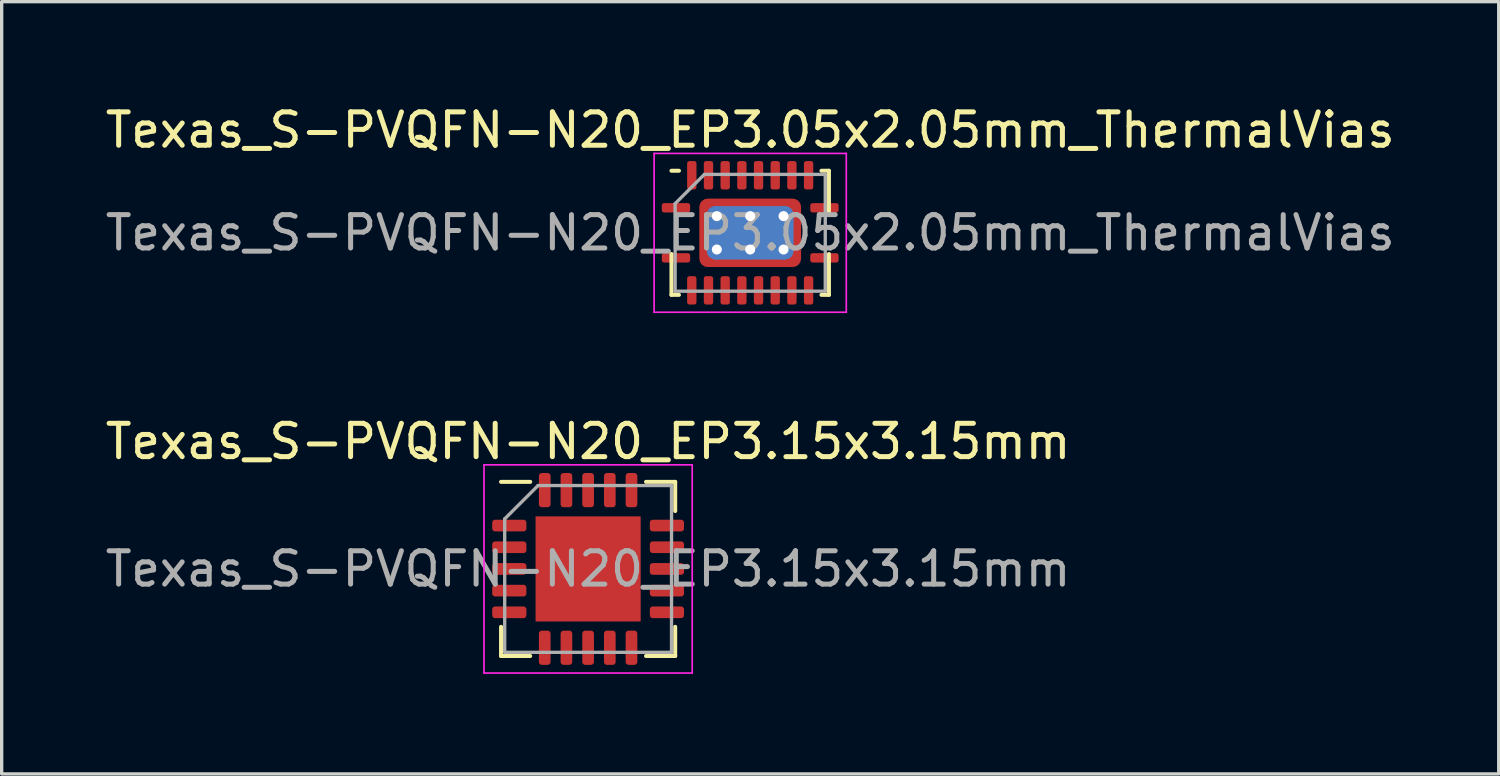
<source format=kicad_pcb>
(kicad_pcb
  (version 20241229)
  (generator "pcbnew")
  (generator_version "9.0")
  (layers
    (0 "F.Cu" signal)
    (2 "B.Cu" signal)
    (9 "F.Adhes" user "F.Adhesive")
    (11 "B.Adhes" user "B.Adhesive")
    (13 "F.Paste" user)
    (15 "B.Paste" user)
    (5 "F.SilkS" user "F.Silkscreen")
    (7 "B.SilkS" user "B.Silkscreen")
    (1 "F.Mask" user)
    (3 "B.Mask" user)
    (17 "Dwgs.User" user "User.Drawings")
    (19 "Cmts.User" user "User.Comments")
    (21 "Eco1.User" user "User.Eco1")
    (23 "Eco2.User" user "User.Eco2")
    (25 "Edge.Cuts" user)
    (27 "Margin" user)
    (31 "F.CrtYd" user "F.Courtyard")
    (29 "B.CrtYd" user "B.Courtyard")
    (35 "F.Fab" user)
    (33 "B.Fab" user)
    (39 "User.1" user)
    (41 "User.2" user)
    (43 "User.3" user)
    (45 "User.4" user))
  (footprint "Texas_S-PVQFN-N20_EP3.15x3.15mm"
    (layer "F.Cu")
    (at 14.577 14.002)
    (property "Reference" "Texas_S-PVQFN-N20_EP3.15x3.15mm" (at 0 -3.82 0) (layer "F.SilkS") (effects (font (size 1 1) (thickness 0.15))))
    (attr smd)
    (fp_line (start -2.61 2.61) (end -2.61 1.735) (stroke (width 0.12) (type solid)) (layer "F.SilkS"))
    (fp_line (start -1.735 -2.61) (end -2.61 -2.61) (stroke (width 0.12) (type solid)) (layer "F.SilkS"))
    (fp_line (start -1.735 2.61) (end -2.61 2.61) (stroke (width 0.12) (type solid)) (layer "F.SilkS"))
    (fp_line (start 1.735 -2.61) (end 2.61 -2.61) (stroke (width 0.12) (type solid)) (layer "F.SilkS"))
    (fp_line (start 1.735 2.61) (end 2.61 2.61) (stroke (width 0.12) (type solid)) (layer "F.SilkS"))
    (fp_line (start 2.61 -2.61) (end 2.61 -1.735) (stroke (width 0.12) (type solid)) (layer "F.SilkS"))
    (fp_line (start 2.61 2.61) (end 2.61 1.735) (stroke (width 0.12) (type solid)) (layer "F.SilkS"))
    (fp_line (start -3.12 -3.12) (end -3.12 3.12) (stroke (width 0.05) (type solid)) (layer "F.CrtYd"))
    (fp_line (start -3.12 3.12) (end 3.12 3.12) (stroke (width 0.05) (type solid)) (layer "F.CrtYd"))
    (fp_line (start 3.12 -3.12) (end -3.12 -3.12) (stroke (width 0.05) (type solid)) (layer "F.CrtYd"))
    (fp_line (start 3.12 3.12) (end 3.12 -3.12) (stroke (width 0.05) (type solid)) (layer "F.CrtYd"))
    (fp_line (start -2.5 -1.5) (end -1.5 -2.5) (stroke (width 0.1) (type solid)) (layer "F.Fab"))
    (fp_line (start -2.5 2.5) (end -2.5 -1.5) (stroke (width 0.1) (type solid)) (layer "F.Fab"))
    (fp_line (start -1.5 -2.5) (end 2.5 -2.5) (stroke (width 0.1) (type solid)) (layer "F.Fab"))
    (fp_line (start 2.5 -2.5) (end 2.5 2.5) (stroke (width 0.1) (type solid)) (layer "F.Fab"))
    (fp_line (start 2.5 2.5) (end -2.5 2.5) (stroke (width 0.1) (type solid)) (layer "F.Fab"))
    (fp_text user "${REFERENCE}" (at 0 0 0) (layer "F.Fab") (effects (font (size 1 1) (thickness 0.15))))
    (pad "" smd roundrect (at -0.79 -0.79) (size 1.27 1.27) (layers "F.Paste") (roundrect_rratio 0.197))
    (pad "" smd roundrect (at -0.79 0.79) (size 1.27 1.27) (layers "F.Paste") (roundrect_rratio 0.197))
    (pad "" smd roundrect (at 0.79 -0.79) (size 1.27 1.27) (layers "F.Paste") (roundrect_rratio 0.197))
    (pad "" smd roundrect (at 0.79 0.79) (size 1.27 1.27) (layers "F.Paste") (roundrect_rratio 0.197))
    (pad "1" smd roundrect (at -2.362 -1.3) (size 1.025 0.35) (layers "F.Cu" "F.Mask" "F.Paste") (roundrect_rratio 0.25))
    (pad "2" smd roundrect (at -2.362 -0.65) (size 1.025 0.35) (layers "F.Cu" "F.Mask" "F.Paste") (roundrect_rratio 0.25))
    (pad "3" smd roundrect (at -2.362 0) (size 1.025 0.35) (layers "F.Cu" "F.Mask" "F.Paste") (roundrect_rratio 0.25))
    (pad "4" smd roundrect (at -2.362 0.65) (size 1.025 0.35) (layers "F.Cu" "F.Mask" "F.Paste") (roundrect_rratio 0.25))
    (pad "5" smd roundrect (at -2.362 1.3) (size 1.025 0.35) (layers "F.Cu" "F.Mask" "F.Paste") (roundrect_rratio 0.25))
    (pad "6" smd roundrect (at -1.3 2.362) (size 0.35 1.025) (layers "F.Cu" "F.Mask" "F.Paste") (roundrect_rratio 0.25))
    (pad "7" smd roundrect (at -0.65 2.362) (size 0.35 1.025) (layers "F.Cu" "F.Mask" "F.Paste") (roundrect_rratio 0.25))
    (pad "8" smd roundrect (at 0 2.362) (size 0.35 1.025) (layers "F.Cu" "F.Mask" "F.Paste") (roundrect_rratio 0.25))
    (pad "9" smd roundrect (at 0.65 2.362) (size 0.35 1.025) (layers "F.Cu" "F.Mask" "F.Paste") (roundrect_rratio 0.25))
    (pad "10" smd roundrect (at 1.3 2.362) (size 0.35 1.025) (layers "F.Cu" "F.Mask" "F.Paste") (roundrect_rratio 0.25))
    (pad "11" smd roundrect (at 2.362 1.3) (size 1.025 0.35) (layers "F.Cu" "F.Mask" "F.Paste") (roundrect_rratio 0.25))
    (pad "12" smd roundrect (at 2.362 0.65) (size 1.025 0.35) (layers "F.Cu" "F.Mask" "F.Paste") (roundrect_rratio 0.25))
    (pad "13" smd roundrect (at 2.362 0) (size 1.025 0.35) (layers "F.Cu" "F.Mask" "F.Paste") (roundrect_rratio 0.25))
    (pad "14" smd roundrect (at 2.362 -0.65) (size 1.025 0.35) (layers "F.Cu" "F.Mask" "F.Paste") (roundrect_rratio 0.25))
    (pad "15" smd roundrect (at 2.362 -1.3) (size 1.025 0.35) (layers "F.Cu" "F.Mask" "F.Paste") (roundrect_rratio 0.25))
    (pad "16" smd roundrect (at 1.3 -2.362) (size 0.35 1.025) (layers "F.Cu" "F.Mask" "F.Paste") (roundrect_rratio 0.25))
    (pad "17" smd roundrect (at 0.65 -2.362) (size 0.35 1.025) (layers "F.Cu" "F.Mask" "F.Paste") (roundrect_rratio 0.25))
    (pad "18" smd roundrect (at 0 -2.362) (size 0.35 1.025) (layers "F.Cu" "F.Mask" "F.Paste") (roundrect_rratio 0.25))
    (pad "19" smd roundrect (at -0.65 -2.362) (size 0.35 1.025) (layers "F.Cu" "F.Mask" "F.Paste") (roundrect_rratio 0.25))
    (pad "20" smd roundrect (at -1.3 -2.362) (size 0.35 1.025) (layers "F.Cu" "F.Mask" "F.Paste") (roundrect_rratio 0.25))
    (pad "21" smd rect (at 0 0) (size 3.15 3.15) (layers "F.Cu" "F.Mask")))
  (footprint "Texas_S-PVQFN-N20_EP3.05x2.05mm_ThermalVias"
    (layer "F.Cu")
    (at 19.435 3.928)
    (property "Reference" "Texas_S-PVQFN-N20_EP3.05x2.05mm_ThermalVias" (at 0 -3.08 0) (layer "F.SilkS") (effects (font (size 1 1) (thickness 0.15))))
    (attr smd)
    (fp_line (start -2.36 1.86) (end -2.36 0.635) (stroke (width 0.12) (type solid)) (layer "F.SilkS"))
    (fp_line (start -2.135 -1.86) (end -2.36 -1.86) (stroke (width 0.12) (type solid)) (layer "F.SilkS"))
    (fp_line (start -2.135 1.86) (end -2.36 1.86) (stroke (width 0.12) (type solid)) (layer "F.SilkS"))
    (fp_line (start 2.135 -1.86) (end 2.36 -1.86) (stroke (width 0.12) (type solid)) (layer "F.SilkS"))
    (fp_line (start 2.135 1.86) (end 2.36 1.86) (stroke (width 0.12) (type solid)) (layer "F.SilkS"))
    (fp_line (start 2.36 -1.86) (end 2.36 -0.635) (stroke (width 0.12) (type solid)) (layer "F.SilkS"))
    (fp_line (start 2.36 1.86) (end 2.36 0.635) (stroke (width 0.12) (type solid)) (layer "F.SilkS"))
    (fp_line (start -2.88 -2.38) (end -2.88 2.38) (stroke (width 0.05) (type solid)) (layer "F.CrtYd"))
    (fp_line (start -2.88 2.38) (end 2.88 2.38) (stroke (width 0.05) (type solid)) (layer "F.CrtYd"))
    (fp_line (start 2.88 -2.38) (end -2.88 -2.38) (stroke (width 0.05) (type solid)) (layer "F.CrtYd"))
    (fp_line (start 2.88 2.38) (end 2.88 -2.38) (stroke (width 0.05) (type solid)) (layer "F.CrtYd"))
    (fp_line (start -2.25 -0.875) (end -1.375 -1.75) (stroke (width 0.1) (type solid)) (layer "F.Fab"))
    (fp_line (start -2.25 1.75) (end -2.25 -0.875) (stroke (width 0.1) (type solid)) (layer "F.Fab"))
    (fp_line (start -1.375 -1.75) (end 2.25 -1.75) (stroke (width 0.1) (type solid)) (layer "F.Fab"))
    (fp_line (start 2.25 -1.75) (end 2.25 1.75) (stroke (width 0.1) (type solid)) (layer "F.Fab"))
    (fp_line (start 2.25 1.75) (end -2.25 1.75) (stroke (width 0.1) (type solid)) (layer "F.Fab"))
    (fp_text user "${REFERENCE}" (at 0 0 0) (layer "F.Fab") (effects (font (size 1 1) (thickness 0.15))))
    (pad "" smd custom (at -1.262 -0.762) (size 0.245 0.245) (layers "F.Paste") (options (anchor circle)) (primitives (gr_poly (pts (xy -0.126 -0.126) (xy 0.126 -0.126) (xy 0.126 -0.076) (xy -0.076 0.126) (xy -0.126 0.126)) (width 0.171) (fill yes))))
    (pad "" smd custom (at -1.262 0) (size 0.278 0.278) (layers "F.Paste") (options (anchor circle)) (primitives (gr_poly (pts (xy -0.106 -0.297) (xy -0.038 -0.297) (xy 0.106 -0.153) (xy 0.106 0.153) (xy -0.038 0.297) (xy -0.106 0.297)) (width 0.212) (fill yes))))
    (pad "" smd custom (at -1.262 0.762) (size 0.245 0.245) (layers "F.Paste") (options (anchor circle)) (primitives (gr_poly (pts (xy -0.126 -0.126) (xy -0.076 -0.126) (xy 0.126 0.076) (xy 0.126 0.126) (xy -0.126 0.126)) (width 0.171) (fill yes))))
    (pad "" smd custom (at -0.5 -0.762) (size 0.278 0.278) (layers "F.Paste") (options (anchor circle)) (primitives (gr_poly (pts (xy -0.297 -0.106) (xy 0.297 -0.106) (xy 0.297 -0.038) (xy 0.153 0.106) (xy -0.153 0.106) (xy -0.297 -0.038)) (width 0.212) (fill yes))))
    (pad "" smd custom (at -0.5 0) (size 0.693 0.693) (layers "F.Paste") (options (anchor circle)) (primitives (gr_poly (pts (xy -0.29 -0.197) (xy -0.197 -0.29) (xy 0.197 -0.29) (xy 0.29 -0.197) (xy 0.29 0.197) (xy 0.197 0.29) (xy -0.197 0.29) (xy -0.29 0.197)) (width 0.226) (fill yes))))
    (pad "" smd custom (at -0.5 0.762) (size 0.278 0.278) (layers "F.Paste") (options (anchor circle)) (primitives (gr_poly (pts (xy -0.297 0.038) (xy -0.153 -0.106) (xy 0.153 -0.106) (xy 0.297 0.038) (xy 0.297 0.106) (xy -0.297 0.106)) (width 0.212) (fill yes))))
    (pad "" smd custom (at 0.5 -0.762) (size 0.278 0.278) (layers "F.Paste") (options (anchor circle)) (primitives (gr_poly (pts (xy -0.297 -0.106) (xy 0.297 -0.106) (xy 0.297 -0.038) (xy 0.153 0.106) (xy -0.153 0.106) (xy -0.297 -0.038)) (width 0.212) (fill yes))))
    (pad "" smd custom (at 0.5 0) (size 0.693 0.693) (layers "F.Paste") (options (anchor circle)) (primitives (gr_poly (pts (xy -0.29 -0.197) (xy -0.197 -0.29) (xy 0.197 -0.29) (xy 0.29 -0.197) (xy 0.29 0.197) (xy 0.197 0.29) (xy -0.197 0.29) (xy -0.29 0.197)) (width 0.226) (fill yes))))
    (pad "" smd custom (at 0.5 0.762) (size 0.278 0.278) (layers "F.Paste") (options (anchor circle)) (primitives (gr_poly (pts (xy -0.297 0.038) (xy -0.153 -0.106) (xy 0.153 -0.106) (xy 0.297 0.038) (xy 0.297 0.106) (xy -0.297 0.106)) (width 0.212) (fill yes))))
    (pad "" smd custom (at 1.262 -0.762) (size 0.245 0.245) (layers "F.Paste") (options (anchor circle)) (primitives (gr_poly (pts (xy -0.126 -0.126) (xy 0.126 -0.126) (xy 0.126 0.126) (xy 0.076 0.126) (xy -0.126 -0.076)) (width 0.171) (fill yes))))
    (pad "" smd custom (at 1.262 0) (size 0.278 0.278) (layers "F.Paste") (options (anchor circle)) (primitives (gr_poly (pts (xy -0.106 -0.153) (xy 0.038 -0.297) (xy 0.106 -0.297) (xy 0.106 0.297) (xy 0.038 0.297) (xy -0.106 0.153)) (width 0.212) (fill yes))))
    (pad "" smd custom (at 1.262 0.762) (size 0.245 0.245) (layers "F.Paste") (options (anchor circle)) (primitives (gr_poly (pts (xy -0.126 0.076) (xy 0.076 -0.126) (xy 0.126 -0.126) (xy 0.126 0.126) (xy -0.126 0.126)) (width 0.171) (fill yes))))
    (pad "1" smd roundrect (at -2.225 0.75) (size 0.85 0.28) (layers "F.Cu" "F.Mask" "F.Paste") (roundrect_rratio 0.25))
    (pad "2" smd roundrect (at -1.75 1.725) (size 0.28 0.85) (layers "F.Cu" "F.Mask" "F.Paste") (roundrect_rratio 0.25))
    (pad "3" smd roundrect (at -1.25 1.725) (size 0.28 0.85) (layers "F.Cu" "F.Mask" "F.Paste") (roundrect_rratio 0.25))
    (pad "4" smd roundrect (at -0.75 1.725) (size 0.28 0.85) (layers "F.Cu" "F.Mask" "F.Paste") (roundrect_rratio 0.25))
    (pad "5" smd roundrect (at -0.25 1.725) (size 0.28 0.85) (layers "F.Cu" "F.Mask" "F.Paste") (roundrect_rratio 0.25))
    (pad "6" smd roundrect (at 0.25 1.725) (size 0.28 0.85) (layers "F.Cu" "F.Mask" "F.Paste") (roundrect_rratio 0.25))
    (pad "7" smd roundrect (at 0.75 1.725) (size 0.28 0.85) (layers "F.Cu" "F.Mask" "F.Paste") (roundrect_rratio 0.25))
    (pad "8" smd roundrect (at 1.25 1.725) (size 0.28 0.85) (layers "F.Cu" "F.Mask" "F.Paste") (roundrect_rratio 0.25))
    (pad "9" smd roundrect (at 1.75 1.725) (size 0.28 0.85) (layers "F.Cu" "F.Mask" "F.Paste") (roundrect_rratio 0.25))
    (pad "10" smd roundrect (at 2.225 0.75) (size 0.85 0.28) (layers "F.Cu" "F.Mask" "F.Paste") (roundrect_rratio 0.25))
    (pad "11" smd roundrect (at 2.225 -0.75) (size 0.85 0.28) (layers "F.Cu" "F.Mask" "F.Paste") (roundrect_rratio 0.25))
    (pad "12" smd roundrect (at 1.75 -1.725) (size 0.28 0.85) (layers "F.Cu" "F.Mask" "F.Paste") (roundrect_rratio 0.25))
    (pad "13" smd roundrect (at 1.25 -1.725) (size 0.28 0.85) (layers "F.Cu" "F.Mask" "F.Paste") (roundrect_rratio 0.25))
    (pad "14" smd roundrect (at 0.75 -1.725) (size 0.28 0.85) (layers "F.Cu" "F.Mask" "F.Paste") (roundrect_rratio 0.25))
    (pad "15" smd roundrect (at 0.25 -1.725) (size 0.28 0.85) (layers "F.Cu" "F.Mask" "F.Paste") (roundrect_rratio 0.25))
    (pad "16" smd roundrect (at -0.25 -1.725) (size 0.28 0.85) (layers "F.Cu" "F.Mask" "F.Paste") (roundrect_rratio 0.25))
    (pad "17" smd roundrect (at -0.75 -1.725) (size 0.28 0.85) (layers "F.Cu" "F.Mask" "F.Paste") (roundrect_rratio 0.25))
    (pad "18" smd roundrect (at -1.25 -1.725) (size 0.28 0.85) (layers "F.Cu" "F.Mask" "F.Paste") (roundrect_rratio 0.25))
    (pad "19" smd roundrect (at -1.75 -1.725) (size 0.28 0.85) (layers "F.Cu" "F.Mask" "F.Paste") (roundrect_rratio 0.25))
    (pad "20" smd roundrect (at -2.225 -0.75) (size 0.85 0.28) (layers "F.Cu" "F.Mask" "F.Paste") (roundrect_rratio 0.25))
    (pad "21" thru_hole circle (at -1 -0.5) (size 0.6 0.6) (drill 0.3) (layers "*.Cu"))
    (pad "21" thru_hole circle (at -1 0.5) (size 0.6 0.6) (drill 0.3) (layers "*.Cu"))
    (pad "21" thru_hole circle (at 0 -0.5) (size 0.6 0.6) (drill 0.3) (layers "*.Cu"))
    (pad "21" smd roundrect (at 0 0) (size 2.6 1.6) (layers "B.Cu") (roundrect_rratio 0.156))
    (pad "21" smd roundrect (at 0 0) (size 3.05 2.05) (layers "F.Cu" "F.Mask") (roundrect_rratio 0.122))
    (pad "21" thru_hole circle (at 0 0.5) (size 0.6 0.6) (drill 0.3) (layers "*.Cu"))
    (pad "21" thru_hole circle (at 1 -0.5) (size 0.6 0.6) (drill 0.3) (layers "*.Cu"))
    (pad "21" thru_hole circle (at 1 0.5) (size 0.6 0.6) (drill 0.3) (layers "*.Cu")))
  (gr_rect
    (start -3 -3)
    (end 41.869 20.146)
    (stroke (width 0.1) (type default))
    (fill no)
    (layer "Edge.Cuts")))
</source>
